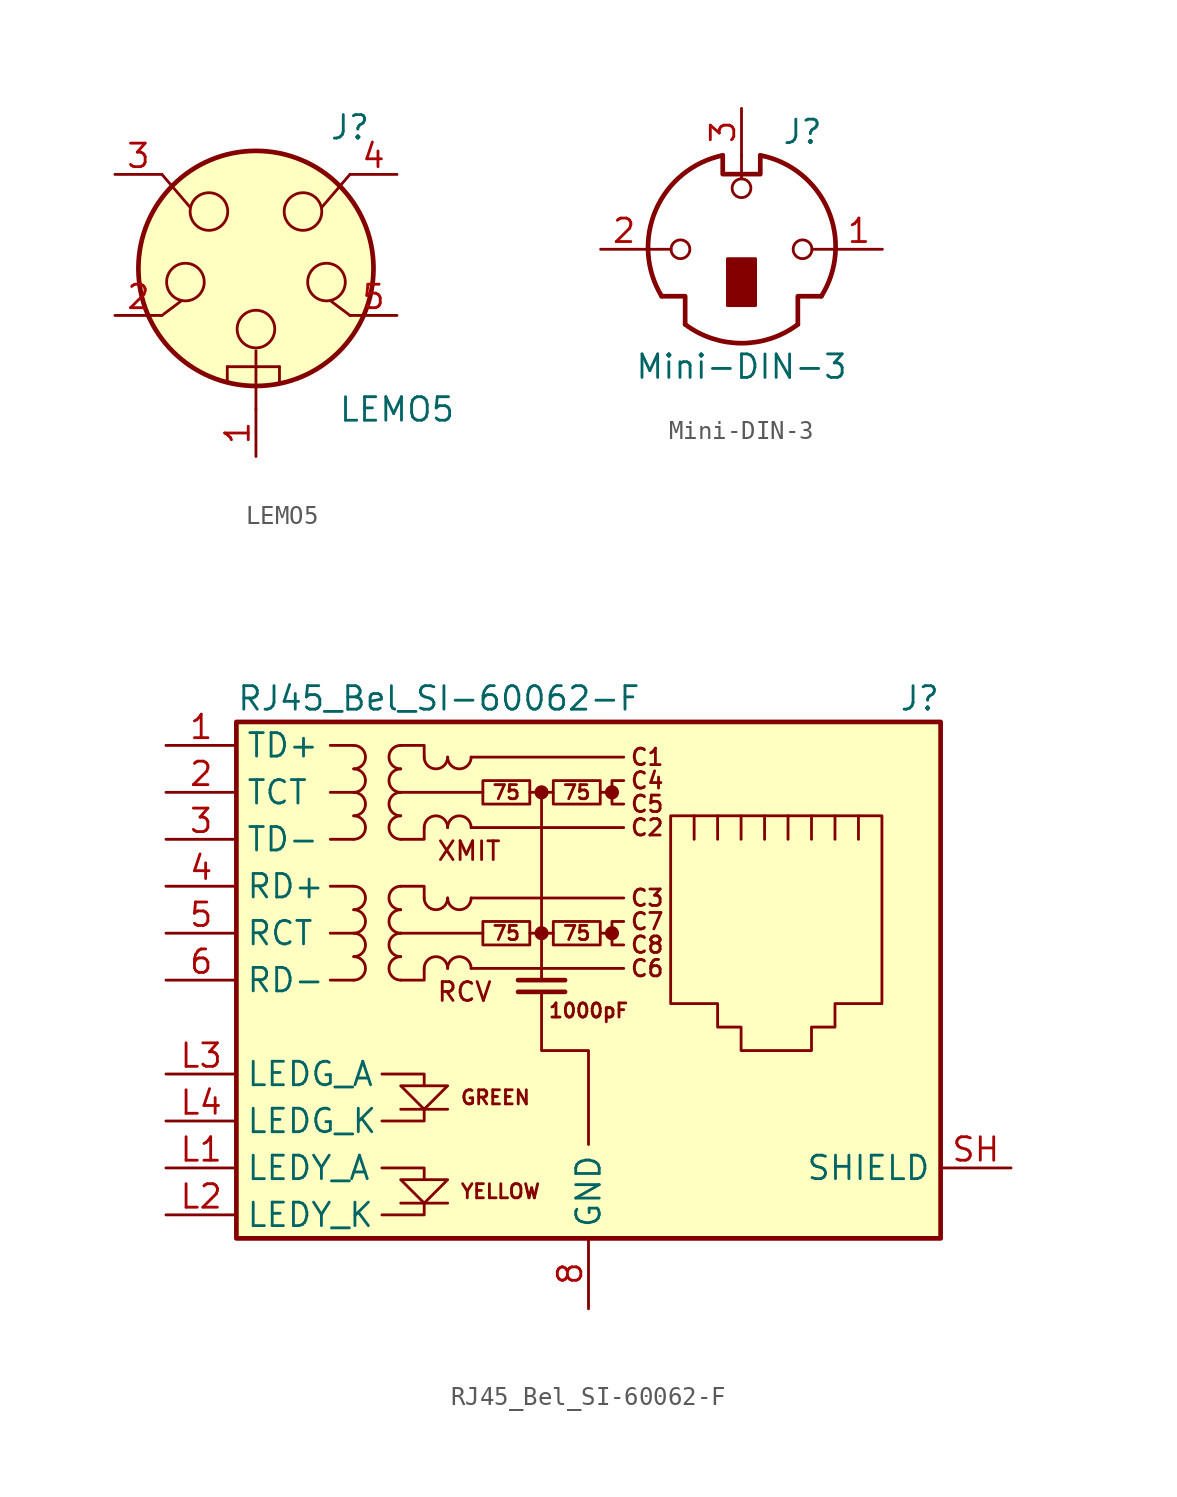
<source format=kicad_sym>
(kicad_symbol_lib
  (version 20201005)
  (generator kicad_symbol_editor)
  (symbol "Connector:LEMO5"
    (pin_names
      (offset 1.016) hide)
    (property "Reference" "J"
      (at 5.08 7.62 0)
      (effects (font (size 1.27 1.27))))
    (property "Value" "LEMO5"
      (at 7.62 -7.62 0)
      (effects (font (size 1.27 1.27))))
    (symbol "LEMO5_0_1"
      (circle (center -3.81 -0.737) (radius 1.016) (stroke (width 0)) (fill (type none)))
      (circle (center -2.54 3.073) (radius 1.016) (stroke (width 0)) (fill (type none)))
      (circle (center 0 -3.277) (radius 1.016) (stroke (width 0)) (fill (type none)))
      (circle (center 0 0) (radius 6.35) (stroke (width 0.254)) (fill (type background)))
      (circle (center 2.54 3.073) (radius 1.016) (stroke (width 0)) (fill (type none)))
      (circle (center 3.81 -0.737) (radius 1.016) (stroke (width 0)) (fill (type none)))
      (polyline (pts (xy -5.08 -2.54) (xy -4.064 -1.778)) (stroke (width 0)) (fill (type none)))
      (polyline (pts (xy -5.08 5.08) (xy -3.556 3.302)) (stroke (width 0)) (fill (type none)))
      (polyline (pts (xy -1.549 -6.096) (xy -1.549 -5.309)) (stroke (width 0)) (fill (type none)))
      (polyline (pts (xy -1.549 -5.309) (xy 1.27 -5.309)) (stroke (width 0)) (fill (type none)))
      (polyline (pts (xy 0 -7.62) (xy 0 -4.445)) (stroke (width 0)) (fill (type none)))
      (polyline (pts (xy 1.27 -5.309) (xy 1.27 -6.096)) (stroke (width 0)) (fill (type none)))
      (polyline (pts (xy 5.08 -2.54) (xy 4.064 -1.778)) (stroke (width 0)) (fill (type none)))
      (polyline (pts (xy 5.08 5.08) (xy 3.556 3.302)) (stroke (width 0)) (fill (type none))))
    (symbol "LEMO5_1_1"
      (pin passive line (at 0 -10.16 90) (length 2.54) (name "~" (effects (font (size 1.27 1.27)))) (number "1" (effects (font (size 1.27 1.27)))))
      (pin passive line (at -7.62 -2.54 0) (length 2.54) (name "~" (effects (font (size 1.27 1.27)))) (number "2" (effects (font (size 1.27 1.27)))))
      (pin passive line (at -7.62 5.08 0) (length 2.54) (name "~" (effects (font (size 1.27 1.27)))) (number "3" (effects (font (size 1.27 1.27)))))
      (pin passive line (at 7.62 5.08 180) (length 2.54) (name "~" (effects (font (size 1.27 1.27)))) (number "4" (effects (font (size 1.27 1.27)))))
      (pin passive line (at 7.62 -2.54 180) (length 2.54) (name "~" (effects (font (size 1.27 1.27)))) (number "5" (effects (font (size 1.27 1.27)))))))
  (symbol "Connector:Mini-DIN-3"
    (pin_names
      (offset 1.016))
    (property "Reference" "J"
      (at 3.302 6.35 0)
      (effects (font (size 1.27 1.27))))
    (property "Value" "Mini-DIN-3"
      (at 0 -6.35 0)
      (effects (font (size 1.27 1.27))))
    (symbol "Mini-DIN-3_0_1"
      (arc (start -3.048 -4.064) (end 3.048 -4.064) (radius (at 0 0) (length 5.08) (angles -126.9 -53.1)) (stroke (width 0.254)) (fill (type none)))
      (arc (start -1.016 5.08) (end -4.318 -2.54) (radius (at 0.0508 0.1016) (length 5.08) (angles 102.1 -148.8)) (stroke (width 0.254)) (fill (type none)))
      (arc (start 4.318 -2.54) (end 1.016 5.08) (radius (at 0.0508 0.127) (length 5.0292) (angles -32 79)) (stroke (width 0.254)) (fill (type none)))
      (circle (center -3.302 0) (radius 0.508) (stroke (width 0)) (fill (type none)))
      (circle (center 0 3.302) (radius 0.508) (stroke (width 0)) (fill (type none)))
      (circle (center 3.302 0) (radius 0.508) (stroke (width 0)) (fill (type none)))
      (rectangle (start -0.762 -0.508) (end 0.762 -3.048) (stroke (width 0)) (fill (type outline)))
      (polyline (pts (xy -3.81 0) (xy -5.08 0)) (stroke (width 0)) (fill (type none)))
      (polyline (pts (xy 0 3.81) (xy 0 5.08)) (stroke (width 0)) (fill (type none)))
      (polyline (pts (xy 5.08 0) (xy 3.81 0)) (stroke (width 0)) (fill (type none)))
      (polyline (pts (xy -4.318 -2.54) (xy -3.048 -2.54) (xy -3.048 -4.064)) (stroke (width 0.254)) (fill (type none)))
      (polyline (pts (xy 4.318 -2.54) (xy 3.048 -2.54) (xy 3.048 -4.064)) (stroke (width 0.254)) (fill (type none)))
      (polyline (pts (xy -1.016 5.08) (xy -1.016 4.064) (xy 1.016 4.064) (xy 1.016 5.08)) (stroke (width 0.254)) (fill (type none))))
    (symbol "Mini-DIN-3_1_1"
      (pin passive line (at 7.62 0 180) (length 2.54) (name "~" (effects (font (size 1.27 1.27)))) (number "1" (effects (font (size 1.27 1.27)))))
      (pin passive line (at -7.62 0 0) (length 2.54) (name "~" (effects (font (size 1.27 1.27)))) (number "2" (effects (font (size 1.27 1.27)))))
      (pin passive line (at 0 7.62 270) (length 2.54) (name "~" (effects (font (size 1.27 1.27)))) (number "3" (effects (font (size 1.27 1.27)))))))
  (symbol "Connector:RJ45_Bel_SI-60062-F"
    (property "Reference" "J"
      (at 19.05 15.24 0)
      (effects (font (size 1.27 1.27)) (justify right)))
    (property "Value" "RJ45_Bel_SI-60062-F"
      (at -19.05 15.24 0)
      (effects (font (size 1.27 1.27)) (justify left)))
    (symbol "RJ45_Bel_SI-60062-F_0_0"
      (circle (center -2.54 2.54) (radius 0.254) (stroke (width 0.254)) (fill (type outline)))
      (circle (center -2.54 10.16) (radius 0.254) (stroke (width 0.254)) (fill (type outline)))
      (circle (center 1.27 2.54) (radius 0.254) (stroke (width 0.254)) (fill (type outline)))
      (circle (center 1.27 10.16) (radius 0.254) (stroke (width 0.254)) (fill (type outline)))
      (text "1000pF" (at 0 -1.651 0) (effects (font (size 0.762 0.762))))
      (text "75" (at -4.445 2.54 0) (effects (font (size 0.762 0.762))))
      (text "75" (at -4.445 10.16 0) (effects (font (size 0.762 0.762))))
      (text "75" (at -0.635 2.54 0) (effects (font (size 0.762 0.762))))
      (text "75" (at -0.635 10.16 0) (effects (font (size 0.762 0.762))))
      (text "C1" (at 3.175 12.065 0) (effects (font (size 0.889 0.889))))
      (text "C2" (at 3.175 8.255 0) (effects (font (size 0.889 0.889))))
      (text "C3" (at 3.175 4.445 0) (effects (font (size 0.889 0.889))))
      (text "C4" (at 3.175 10.795 0) (effects (font (size 0.889 0.889))))
      (text "C5" (at 3.175 9.525 0) (effects (font (size 0.889 0.889))))
      (text "C6" (at 3.175 0.635 0) (effects (font (size 0.889 0.889))))
      (text "C7" (at 3.175 3.175 0) (effects (font (size 0.889 0.889))))
      (text "C8" (at 3.175 1.905 0) (effects (font (size 0.889 0.889))))
      (text "GREEN" (at -6.985 -6.35 0) (effects (font (size 0.762 0.762)) (justify left)))
      (text "RCV" (at -8.255 -0.635 0) (effects (font (size 1.016 1.016)) (justify left)))
      (text "XMIT" (at -8.255 6.985 0) (effects (font (size 1.016 1.016)) (justify left)))
      (text "YELLOW" (at -6.985 -11.43 0) (effects (font (size 0.762 0.762)) (justify left)))
      (polyline (pts (xy -7.62 -12.065) (xy -10.16 -12.065)) (stroke (width 0)) (fill (type none)))
      (polyline (pts (xy -7.62 -6.985) (xy -10.16 -6.985)) (stroke (width 0)) (fill (type none)))
      (polyline (pts (xy -2.54 10.16) (xy -2.54 0)) (stroke (width 0)) (fill (type none)))
      (polyline (pts (xy -1.27 -0.635) (xy -3.81 -0.635)) (stroke (width 0.254)) (fill (type none)))
      (polyline (pts (xy -1.27 0) (xy -3.81 0)) (stroke (width 0.254)) (fill (type none)))
      (polyline (pts (xy 1.27 2.54) (xy 0.635 2.54)) (stroke (width 0)) (fill (type none)))
      (polyline (pts (xy 1.27 10.16) (xy 0.635 10.16)) (stroke (width 0)) (fill (type none)))
      (polyline (pts (xy -11.176 -12.7) (xy -8.89 -12.7) (xy -8.89 -12.065)) (stroke (width 0)) (fill (type none)))
      (polyline (pts (xy -11.176 -10.16) (xy -8.89 -10.16) (xy -8.89 -10.795)) (stroke (width 0)) (fill (type none)))
      (polyline (pts (xy -11.176 -5.08) (xy -8.89 -5.08) (xy -8.89 -5.715)) (stroke (width 0)) (fill (type none)))
      (polyline (pts (xy -8.89 -6.985) (xy -8.89 -7.62) (xy -11.176 -7.62)) (stroke (width 0)) (fill (type none)))
      (polyline (pts (xy -10.16 -5.715) (xy -7.62 -5.715) (xy -8.89 -6.985) (xy -10.16 -5.715)) (stroke (width 0)) (fill (type none)))
      (polyline (pts (xy -7.62 -10.795) (xy -10.16 -10.795) (xy -8.89 -12.065) (xy -7.62 -10.795)) (stroke (width 0)) (fill (type none)))
      (polyline (pts (xy -2.54 -0.635) (xy -2.54 -3.81) (xy 0 -3.81) (xy 0 -8.89)) (stroke (width 0)) (fill (type none)))
      (polyline (pts (xy 1.905 3.175) (xy 1.27 3.175) (xy 1.27 1.905) (xy 1.905 1.905)) (stroke (width 0)) (fill (type none)))
      (polyline (pts (xy 1.905 10.795) (xy 1.27 10.795) (xy 1.27 9.525) (xy 1.905 9.525)) (stroke (width 0)) (fill (type none))))
    (symbol "RJ45_Bel_SI-60062-F_0_1"
      (arc (start -12.7 0) (end -12.7 1.27) (radius (at -12.7 0.635) (length 0.635) (angles -89.9 89.9)) (stroke (width 0)) (fill (type none)))
      (arc (start -12.7 1.27) (end -12.7 2.54) (radius (at -12.7 1.905) (length 0.635) (angles -89.9 89.9)) (stroke (width 0)) (fill (type none)))
      (arc (start -12.7 2.54) (end -12.7 3.81) (radius (at -12.7 3.175) (length 0.635) (angles -89.9 89.9)) (stroke (width 0)) (fill (type none)))
      (arc (start -12.7 3.81) (end -12.7 5.08) (radius (at -12.7 4.445) (length 0.635) (angles -89.9 89.9)) (stroke (width 0)) (fill (type none)))
      (arc (start -12.7 7.62) (end -12.7 8.89) (radius (at -12.7 8.255) (length 0.635) (angles -89.9 89.9)) (stroke (width 0)) (fill (type none)))
      (arc (start -12.7 8.89) (end -12.7 10.16) (radius (at -12.7 9.525) (length 0.635) (angles -89.9 89.9)) (stroke (width 0)) (fill (type none)))
      (arc (start -12.7 10.16) (end -12.7 11.43) (radius (at -12.7 10.795) (length 0.635) (angles -89.9 89.9)) (stroke (width 0)) (fill (type none)))
      (arc (start -12.7 11.43) (end -12.7 12.7) (radius (at -12.7 12.065) (length 0.635) (angles -89.9 89.9)) (stroke (width 0)) (fill (type none)))
      (arc (start -10.16 1.27) (end -10.16 0) (radius (at -10.16 0.635) (length 0.635) (angles 90.1 -90.1)) (stroke (width 0)) (fill (type none)))
      (arc (start -10.16 2.54) (end -10.16 1.27) (radius (at -10.16 1.905) (length 0.635) (angles 90.1 -90.1)) (stroke (width 0)) (fill (type none)))
      (arc (start -10.16 3.81) (end -10.16 2.54) (radius (at -10.16 3.175) (length 0.635) (angles 90.1 -90.1)) (stroke (width 0)) (fill (type none)))
      (arc (start -10.16 5.08) (end -10.16 3.81) (radius (at -10.16 4.445) (length 0.635) (angles 90.1 -90.1)) (stroke (width 0)) (fill (type none)))
      (arc (start -10.16 8.89) (end -10.16 7.62) (radius (at -10.16 8.255) (length 0.635) (angles 90.1 -90.1)) (stroke (width 0)) (fill (type none)))
      (arc (start -10.16 10.16) (end -10.16 8.89) (radius (at -10.16 9.525) (length 0.635) (angles 90.1 -90.1)) (stroke (width 0)) (fill (type none)))
      (arc (start -10.16 11.43) (end -10.16 10.16) (radius (at -10.16 10.795) (length 0.635) (angles 90.1 -90.1)) (stroke (width 0)) (fill (type none)))
      (arc (start -10.16 12.7) (end -10.16 11.43) (radius (at -10.16 12.065) (length 0.635) (angles 90.1 -90.1)) (stroke (width 0)) (fill (type none)))
      (arc (start -7.62 0.635) (end -8.89 0.635) (radius (at -8.255 0.635) (length 0.635) (angles 0.1 179.9)) (stroke (width 0)) (fill (type none)))
      (arc (start -8.89 4.445) (end -7.62 4.445) (radius (at -8.255 4.445) (length 0.635) (angles -179.9 -0.1)) (stroke (width 0)) (fill (type none)))
      (arc (start -7.62 8.255) (end -8.89 8.255) (radius (at -8.255 8.255) (length 0.635) (angles 0.1 179.9)) (stroke (width 0)) (fill (type none)))
      (arc (start -8.89 12.065) (end -7.62 12.065) (radius (at -8.255 12.065) (length 0.635) (angles -179.9 -0.1)) (stroke (width 0)) (fill (type none)))
      (arc (start -6.35 0.635) (end -7.62 0.635) (radius (at -6.985 0.635) (length 0.635) (angles 0.1 179.9)) (stroke (width 0)) (fill (type none)))
      (arc (start -7.62 4.445) (end -6.35 4.445) (radius (at -6.985 4.445) (length 0.635) (angles -179.9 -0.1)) (stroke (width 0)) (fill (type none)))
      (arc (start -6.35 8.255) (end -7.62 8.255) (radius (at -6.985 8.255) (length 0.635) (angles 0.1 179.9)) (stroke (width 0)) (fill (type none)))
      (arc (start -7.62 12.065) (end -6.35 12.065) (radius (at -6.985 12.065) (length 0.635) (angles -179.9 -0.1)) (stroke (width 0)) (fill (type none)))
      (rectangle (start -19.05 -13.97) (end 19.05 13.97) (stroke (width 0.254)) (fill (type background)))
      (rectangle (start -5.715 3.175) (end -3.175 1.905) (stroke (width 0)) (fill (type none)))
      (rectangle (start -5.715 10.795) (end -3.175 9.525) (stroke (width 0)) (fill (type none)))
      (rectangle (start -1.905 3.175) (end 0.635 1.905) (stroke (width 0)) (fill (type none)))
      (rectangle (start -1.905 10.795) (end 0.635 9.525) (stroke (width 0)) (fill (type none)))
      (polyline (pts (xy -12.7 0) (xy -13.97 0)) (stroke (width 0)) (fill (type none)))
      (polyline (pts (xy -12.7 2.54) (xy -13.97 2.54)) (stroke (width 0)) (fill (type none)))
      (polyline (pts (xy -12.7 5.08) (xy -13.97 5.08)) (stroke (width 0)) (fill (type none)))
      (polyline (pts (xy -12.7 7.62) (xy -13.97 7.62)) (stroke (width 0)) (fill (type none)))
      (polyline (pts (xy -12.7 10.16) (xy -13.97 10.16)) (stroke (width 0)) (fill (type none)))
      (polyline (pts (xy -12.7 12.7) (xy -13.97 12.7)) (stroke (width 0)) (fill (type none)))
      (polyline (pts (xy -6.35 0.635) (xy 1.905 0.635)) (stroke (width 0)) (fill (type none)))
      (polyline (pts (xy -6.35 4.445) (xy 1.905 4.445)) (stroke (width 0)) (fill (type none)))
      (polyline (pts (xy -6.35 8.255) (xy 1.905 8.255)) (stroke (width 0)) (fill (type none)))
      (polyline (pts (xy -6.35 12.065) (xy 1.905 12.065)) (stroke (width 0)) (fill (type none)))
      (polyline (pts (xy -5.715 2.54) (xy -10.16 2.54)) (stroke (width 0)) (fill (type none)))
      (polyline (pts (xy -5.715 10.16) (xy -10.16 10.16)) (stroke (width 0)) (fill (type none)))
      (polyline (pts (xy -3.175 2.54) (xy -1.905 2.54)) (stroke (width 0)) (fill (type none)))
      (polyline (pts (xy -3.175 10.16) (xy -1.905 10.16)) (stroke (width 0)) (fill (type none)))
      (polyline (pts (xy 5.715 7.62) (xy 5.715 8.89)) (stroke (width 0)) (fill (type none)))
      (polyline (pts (xy 6.985 8.89) (xy 6.985 7.62)) (stroke (width 0)) (fill (type none)))
      (polyline (pts (xy 8.255 8.89) (xy 8.255 7.62)) (stroke (width 0)) (fill (type none)))
      (polyline (pts (xy 9.525 8.89) (xy 9.525 7.62)) (stroke (width 0)) (fill (type none)))
      (polyline (pts (xy 10.795 8.89) (xy 10.795 7.62)) (stroke (width 0)) (fill (type none)))
      (polyline (pts (xy 12.065 8.89) (xy 12.065 7.62)) (stroke (width 0)) (fill (type none)))
      (polyline (pts (xy 13.335 7.62) (xy 13.335 8.89)) (stroke (width 0)) (fill (type none)))
      (polyline (pts (xy 14.605 7.62) (xy 14.605 8.89)) (stroke (width 0)) (fill (type none)))
      (polyline (pts (xy -10.16 5.08) (xy -8.89 5.08) (xy -8.89 4.445)) (stroke (width 0)) (fill (type none)))
      (polyline (pts (xy -10.16 12.7) (xy -8.89 12.7) (xy -8.89 12.065)) (stroke (width 0)) (fill (type none)))
      (polyline (pts (xy -8.89 0.635) (xy -8.89 0) (xy -10.16 0)) (stroke (width 0)) (fill (type none)))
      (polyline (pts (xy -8.89 8.255) (xy -8.89 7.62) (xy -10.16 7.62)) (stroke (width 0)) (fill (type none)))
      (polyline (pts (xy 4.445 8.89) (xy 15.875 8.89) (xy 15.875 -1.27) (xy 13.335 -1.27) (xy 13.335 -2.54) (xy 12.065 -2.54) (xy 12.065 -3.81) (xy 8.255 -3.81) (xy 8.255 -2.54) (xy 6.985 -2.54) (xy 6.985 -1.27) (xy 4.445 -1.27) (xy 4.445 8.89)) (stroke (width 0)) (fill (type none))))
    (symbol "RJ45_Bel_SI-60062-F_1_1"
      (pin passive line (at 22.86 -10.16 180) (length 3.81) (name "SHIELD" (effects (font (size 1.27 1.27)))) (number "SH" (effects (font (size 1.27 1.27)))))
      (pin passive line (at -22.86 -10.16 0) (length 3.81) (name "LEDY_A" (effects (font (size 1.27 1.27)))) (number "L1" (effects (font (size 1.27 1.27)))))
      (pin passive line (at -22.86 -12.7 0) (length 3.81) (name "LEDY_K" (effects (font (size 1.27 1.27)))) (number "L2" (effects (font (size 1.27 1.27)))))
      (pin passive line (at -22.86 -5.08 0) (length 3.81) (name "LEDG_A" (effects (font (size 1.27 1.27)))) (number "L3" (effects (font (size 1.27 1.27)))))
      (pin passive line (at -22.86 -7.62 0) (length 3.81) (name "LEDG_K" (effects (font (size 1.27 1.27)))) (number "L4" (effects (font (size 1.27 1.27)))))
      (pin passive line (at -22.86 12.7 0) (length 3.81) (name "TD+" (effects (font (size 1.27 1.27)))) (number "1" (effects (font (size 1.27 1.27)))))
      (pin passive line (at -22.86 10.16 0) (length 3.81) (name "TCT" (effects (font (size 1.27 1.27)))) (number "2" (effects (font (size 1.27 1.27)))))
      (pin passive line (at -22.86 7.62 0) (length 3.81) (name "TD-" (effects (font (size 1.27 1.27)))) (number "3" (effects (font (size 1.27 1.27)))))
      (pin passive line (at -22.86 5.08 0) (length 3.81) (name "RD+" (effects (font (size 1.27 1.27)))) (number "4" (effects (font (size 1.27 1.27)))))
      (pin passive line (at -22.86 2.54 0) (length 3.81) (name "RCT" (effects (font (size 1.27 1.27)))) (number "5" (effects (font (size 1.27 1.27)))))
      (pin passive line (at -22.86 0 0) (length 3.81) (name "RD-" (effects (font (size 1.27 1.27)))) (number "6" (effects (font (size 1.27 1.27)))))
      (pin no_connect line (at 5.08 -5.08 0) (length 0) hide (name "NC" (effects (font (size 1.27 1.27)))) (number "7" (effects (font (size 1.27 1.27)))))
      (pin power_in line (at 0 -17.78 90) (length 3.81) (name "GND" (effects (font (size 1.27 1.27)))) (number "8" (effects (font (size 1.27 1.27))))))))
</source>
